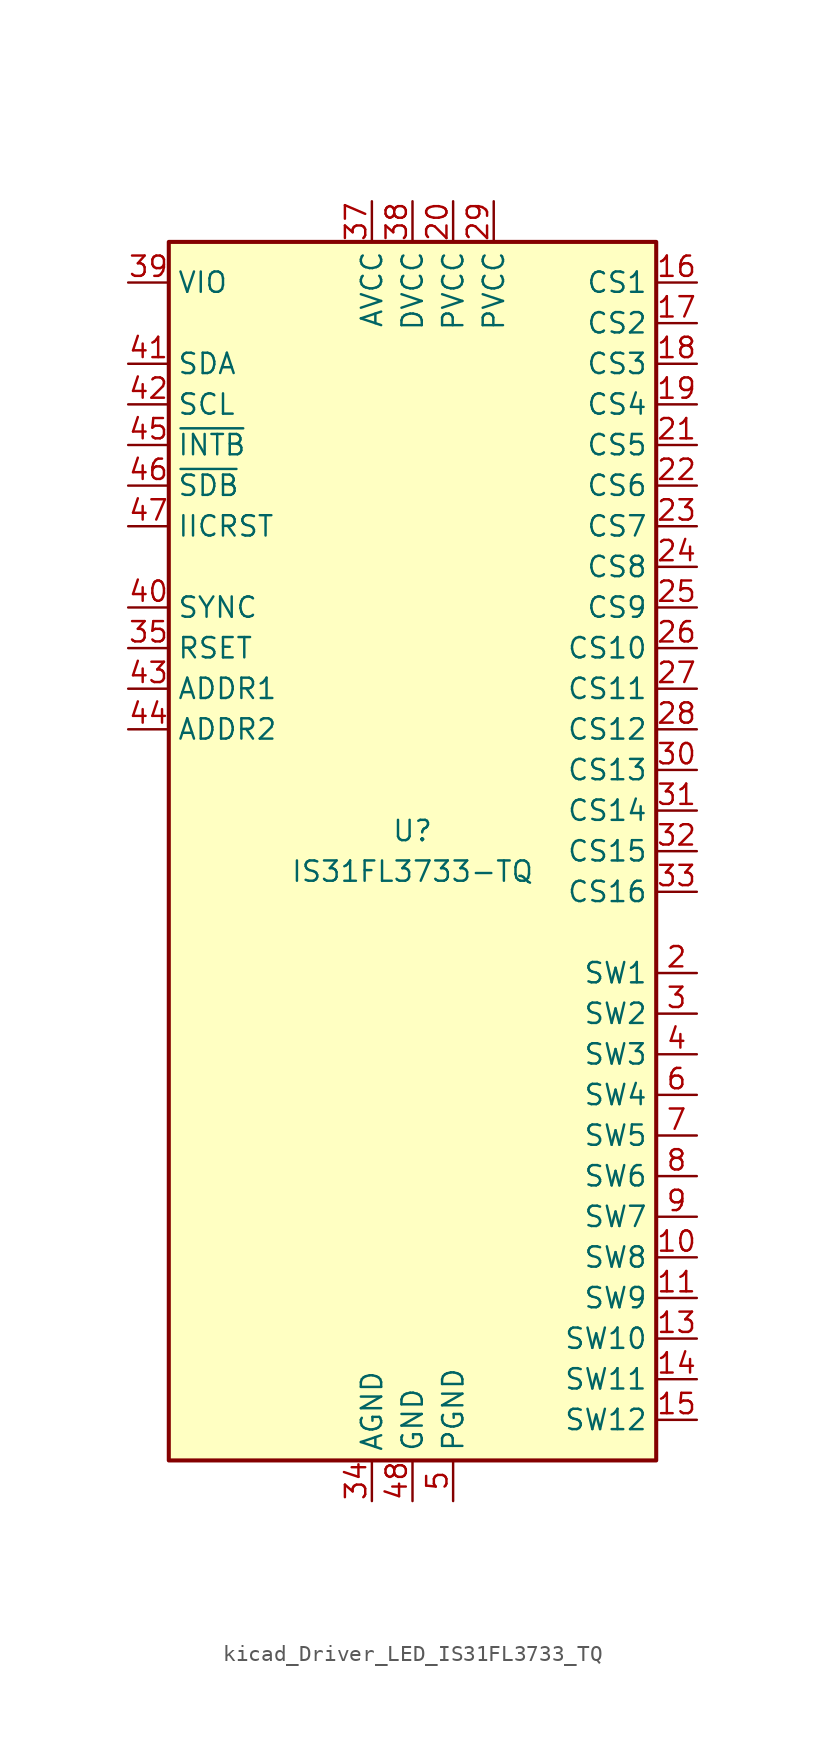
<source format=kicad_sym>
(kicad_symbol_lib
  (version 20220914)
  (generator kicad_symbol_editor)
  (symbol "kicad_Driver_LED_IS31FL3733_TQ"
    (property "Reference" "U"
      (at 0 1.27 0)
      (effects (font (size 1.27 1.27))))
    (property "Value" "IS31FL3733-TQ"
      (at 0 -1.27 0)
      (effects (font (size 1.27 1.27))))
    (symbol "kicad_Driver_LED_IS31FL3733_TQ_0_1"
      (rectangle (start -15.24 38.1) (end 15.24 -38.1) (stroke (width 0.254) (type default)) (fill (type background))))
    (symbol "kicad_Driver_LED_IS31FL3733_TQ_1_1"
      (pin no_connect line (at -15.24 -33.02 0) (length 2.54) hide (name "NC" (effects (font (size 1.27 1.27)))) (number "1" (effects (font (size 1.27 1.27)))))
      (pin input line (at 17.78 -25.4 180) (length 2.54) (name "SW8" (effects (font (size 1.27 1.27)))) (number "10" (effects (font (size 1.27 1.27)))))
      (pin input line (at 17.78 -27.94 180) (length 2.54) (name "SW9" (effects (font (size 1.27 1.27)))) (number "11" (effects (font (size 1.27 1.27)))))
      (pin passive line (at 2.54 -40.64 90) (length 2.54) hide (name "PGND" (effects (font (size 1.27 1.27)))) (number "12" (effects (font (size 1.27 1.27)))))
      (pin input line (at 17.78 -30.48 180) (length 2.54) (name "SW10" (effects (font (size 1.27 1.27)))) (number "13" (effects (font (size 1.27 1.27)))))
      (pin input line (at 17.78 -33.02 180) (length 2.54) (name "SW11" (effects (font (size 1.27 1.27)))) (number "14" (effects (font (size 1.27 1.27)))))
      (pin input line (at 17.78 -35.56 180) (length 2.54) (name "SW12" (effects (font (size 1.27 1.27)))) (number "15" (effects (font (size 1.27 1.27)))))
      (pin output line (at 17.78 35.56 180) (length 2.54) (name "CS1" (effects (font (size 1.27 1.27)))) (number "16" (effects (font (size 1.27 1.27)))))
      (pin output line (at 17.78 33.02 180) (length 2.54) (name "CS2" (effects (font (size 1.27 1.27)))) (number "17" (effects (font (size 1.27 1.27)))))
      (pin output line (at 17.78 30.48 180) (length 2.54) (name "CS3" (effects (font (size 1.27 1.27)))) (number "18" (effects (font (size 1.27 1.27)))))
      (pin output line (at 17.78 27.94 180) (length 2.54) (name "CS4" (effects (font (size 1.27 1.27)))) (number "19" (effects (font (size 1.27 1.27)))))
      (pin input line (at 17.78 -7.62 180) (length 2.54) (name "SW1" (effects (font (size 1.27 1.27)))) (number "2" (effects (font (size 1.27 1.27)))))
      (pin power_in line (at 2.54 40.64 270) (length 2.54) (name "PVCC" (effects (font (size 1.27 1.27)))) (number "20" (effects (font (size 1.27 1.27)))))
      (pin output line (at 17.78 25.4 180) (length 2.54) (name "CS5" (effects (font (size 1.27 1.27)))) (number "21" (effects (font (size 1.27 1.27)))))
      (pin output line (at 17.78 22.86 180) (length 2.54) (name "CS6" (effects (font (size 1.27 1.27)))) (number "22" (effects (font (size 1.27 1.27)))))
      (pin output line (at 17.78 20.32 180) (length 2.54) (name "CS7" (effects (font (size 1.27 1.27)))) (number "23" (effects (font (size 1.27 1.27)))))
      (pin output line (at 17.78 17.78 180) (length 2.54) (name "CS8" (effects (font (size 1.27 1.27)))) (number "24" (effects (font (size 1.27 1.27)))))
      (pin output line (at 17.78 15.24 180) (length 2.54) (name "CS9" (effects (font (size 1.27 1.27)))) (number "25" (effects (font (size 1.27 1.27)))))
      (pin output line (at 17.78 12.7 180) (length 2.54) (name "CS10" (effects (font (size 1.27 1.27)))) (number "26" (effects (font (size 1.27 1.27)))))
      (pin output line (at 17.78 10.16 180) (length 2.54) (name "CS11" (effects (font (size 1.27 1.27)))) (number "27" (effects (font (size 1.27 1.27)))))
      (pin output line (at 17.78 7.62 180) (length 2.54) (name "CS12" (effects (font (size 1.27 1.27)))) (number "28" (effects (font (size 1.27 1.27)))))
      (pin power_in line (at 5.08 40.64 270) (length 2.54) (name "PVCC" (effects (font (size 1.27 1.27)))) (number "29" (effects (font (size 1.27 1.27)))))
      (pin input line (at 17.78 -10.16 180) (length 2.54) (name "SW2" (effects (font (size 1.27 1.27)))) (number "3" (effects (font (size 1.27 1.27)))))
      (pin output line (at 17.78 5.08 180) (length 2.54) (name "CS13" (effects (font (size 1.27 1.27)))) (number "30" (effects (font (size 1.27 1.27)))))
      (pin output line (at 17.78 2.54 180) (length 2.54) (name "CS14" (effects (font (size 1.27 1.27)))) (number "31" (effects (font (size 1.27 1.27)))))
      (pin output line (at 17.78 0 180) (length 2.54) (name "CS15" (effects (font (size 1.27 1.27)))) (number "32" (effects (font (size 1.27 1.27)))))
      (pin output line (at 17.78 -2.54 180) (length 2.54) (name "CS16" (effects (font (size 1.27 1.27)))) (number "33" (effects (font (size 1.27 1.27)))))
      (pin power_in line (at -2.54 -40.64 90) (length 2.54) (name "AGND" (effects (font (size 1.27 1.27)))) (number "34" (effects (font (size 1.27 1.27)))))
      (pin passive line (at -17.78 12.7 0) (length 2.54) (name "RSET" (effects (font (size 1.27 1.27)))) (number "35" (effects (font (size 1.27 1.27)))))
      (pin no_connect line (at -15.24 -35.56 0) (length 2.54) hide (name "NC" (effects (font (size 1.27 1.27)))) (number "36" (effects (font (size 1.27 1.27)))))
      (pin power_in line (at -2.54 40.64 270) (length 2.54) (name "AVCC" (effects (font (size 1.27 1.27)))) (number "37" (effects (font (size 1.27 1.27)))))
      (pin power_in line (at 0 40.64 270) (length 2.54) (name "DVCC" (effects (font (size 1.27 1.27)))) (number "38" (effects (font (size 1.27 1.27)))))
      (pin input line (at -17.78 35.56 0) (length 2.54) (name "VIO" (effects (font (size 1.27 1.27)))) (number "39" (effects (font (size 1.27 1.27)))))
      (pin input line (at 17.78 -12.7 180) (length 2.54) (name "SW3" (effects (font (size 1.27 1.27)))) (number "4" (effects (font (size 1.27 1.27)))))
      (pin input line (at -17.78 15.24 0) (length 2.54) (name "SYNC" (effects (font (size 1.27 1.27)))) (number "40" (effects (font (size 1.27 1.27)))))
      (pin bidirectional line (at -17.78 30.48 0) (length 2.54) (name "SDA" (effects (font (size 1.27 1.27)))) (number "41" (effects (font (size 1.27 1.27)))))
      (pin input line (at -17.78 27.94 0) (length 2.54) (name "SCL" (effects (font (size 1.27 1.27)))) (number "42" (effects (font (size 1.27 1.27)))))
      (pin input line (at -17.78 10.16 0) (length 2.54) (name "ADDR1" (effects (font (size 1.27 1.27)))) (number "43" (effects (font (size 1.27 1.27)))))
      (pin input line (at -17.78 7.62 0) (length 2.54) (name "ADDR2" (effects (font (size 1.27 1.27)))) (number "44" (effects (font (size 1.27 1.27)))))
      (pin open_collector line (at -17.78 25.4 0) (length 2.54) (name "~{INTB}" (effects (font (size 1.27 1.27)))) (number "45" (effects (font (size 1.27 1.27)))))
      (pin input line (at -17.78 22.86 0) (length 2.54) (name "~{SDB}" (effects (font (size 1.27 1.27)))) (number "46" (effects (font (size 1.27 1.27)))))
      (pin input line (at -17.78 20.32 0) (length 2.54) (name "IICRST" (effects (font (size 1.27 1.27)))) (number "47" (effects (font (size 1.27 1.27)))))
      (pin power_in line (at 0 -40.64 90) (length 2.54) (name "GND" (effects (font (size 1.27 1.27)))) (number "48" (effects (font (size 1.27 1.27)))))
      (pin passive line (at 0 -40.64 90) (length 2.54) hide (name "GND" (effects (font (size 1.27 1.27)))) (number "49" (effects (font (size 1.27 1.27)))))
      (pin power_in line (at 2.54 -40.64 90) (length 2.54) (name "PGND" (effects (font (size 1.27 1.27)))) (number "5" (effects (font (size 1.27 1.27)))))
      (pin input line (at 17.78 -15.24 180) (length 2.54) (name "SW4" (effects (font (size 1.27 1.27)))) (number "6" (effects (font (size 1.27 1.27)))))
      (pin input line (at 17.78 -17.78 180) (length 2.54) (name "SW5" (effects (font (size 1.27 1.27)))) (number "7" (effects (font (size 1.27 1.27)))))
      (pin input line (at 17.78 -20.32 180) (length 2.54) (name "SW6" (effects (font (size 1.27 1.27)))) (number "8" (effects (font (size 1.27 1.27)))))
      (pin input line (at 17.78 -22.86 180) (length 2.54) (name "SW7" (effects (font (size 1.27 1.27)))) (number "9" (effects (font (size 1.27 1.27))))))))
</source>
